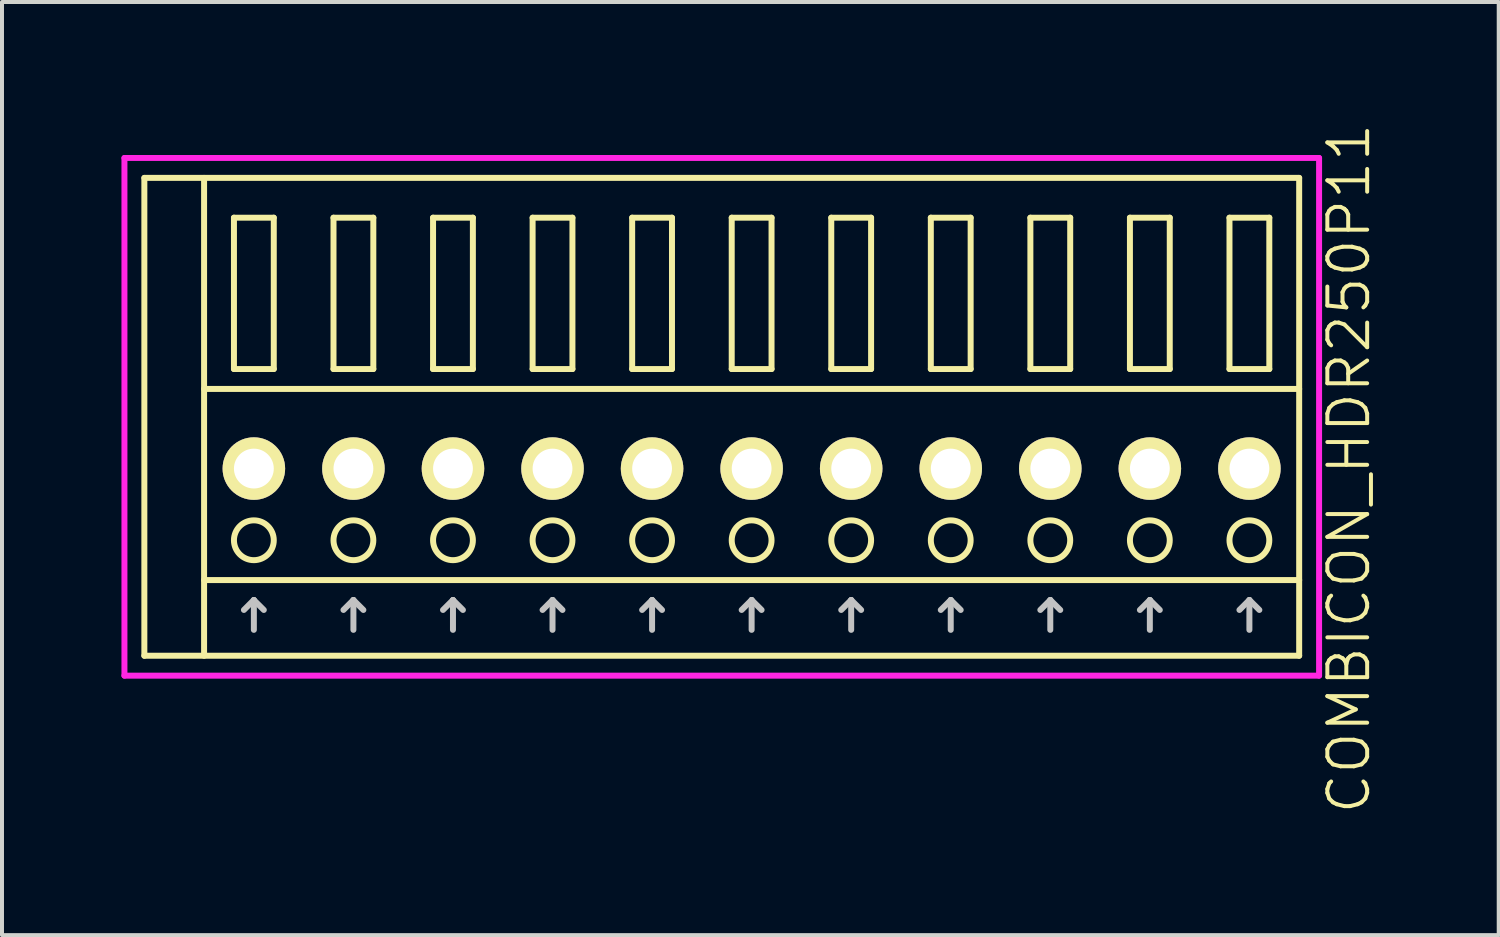
<source format=kicad_pcb>
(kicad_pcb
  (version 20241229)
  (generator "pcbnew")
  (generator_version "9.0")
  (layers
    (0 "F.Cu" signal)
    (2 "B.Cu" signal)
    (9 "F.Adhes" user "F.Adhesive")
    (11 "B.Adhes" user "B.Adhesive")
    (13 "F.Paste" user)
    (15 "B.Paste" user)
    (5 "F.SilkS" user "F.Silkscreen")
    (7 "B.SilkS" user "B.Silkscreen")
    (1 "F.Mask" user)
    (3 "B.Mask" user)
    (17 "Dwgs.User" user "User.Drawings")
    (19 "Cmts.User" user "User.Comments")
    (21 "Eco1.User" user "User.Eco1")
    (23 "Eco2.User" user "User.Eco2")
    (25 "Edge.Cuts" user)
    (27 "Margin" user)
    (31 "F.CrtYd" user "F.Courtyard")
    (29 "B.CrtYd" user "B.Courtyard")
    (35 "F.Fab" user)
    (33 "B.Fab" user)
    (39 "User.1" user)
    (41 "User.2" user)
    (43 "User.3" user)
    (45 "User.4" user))
  (footprint "COMBICON_HDR250P11"
    (layer "F.Cu")
    (at 15.825 8.717)
    (property "Reference" "COMBICON_HDR250P11" (at 15 0 90) (layer "F.SilkS") (effects (font (size 1 1) (thickness 0.1))))
    (attr through_hole)
    (fp_line (start -15.25 -7.3) (end -15.25 4.7) (stroke (width 0.15) (type solid)) (layer "F.SilkS"))
    (fp_line (start -15.25 4.7) (end 13.75 4.7) (stroke (width 0.15) (type solid)) (layer "F.SilkS"))
    (fp_line (start -13.75 -2) (end 13.75 -2) (stroke (width 0.15) (type solid)) (layer "F.SilkS"))
    (fp_line (start -13.75 2.8) (end 13.75 2.8) (stroke (width 0.15) (type solid)) (layer "F.SilkS"))
    (fp_line (start -13.75 4.7) (end -13.75 -7.3) (stroke (width 0.15) (type solid)) (layer "F.SilkS"))
    (fp_line (start -13 -6.3) (end -13 -2.5) (stroke (width 0.15) (type solid)) (layer "F.SilkS"))
    (fp_line (start -13 -2.5) (end -12 -2.5) (stroke (width 0.15) (type solid)) (layer "F.SilkS"))
    (fp_line (start -12 -6.3) (end -13 -6.3) (stroke (width 0.15) (type solid)) (layer "F.SilkS"))
    (fp_line (start -12 -2.5) (end -12 -6.3) (stroke (width 0.15) (type solid)) (layer "F.SilkS"))
    (fp_line (start -10.5 -6.3) (end -10.5 -2.5) (stroke (width 0.15) (type solid)) (layer "F.SilkS"))
    (fp_line (start -10.5 -2.5) (end -9.5 -2.5) (stroke (width 0.15) (type solid)) (layer "F.SilkS"))
    (fp_line (start -9.5 -6.3) (end -10.5 -6.3) (stroke (width 0.15) (type solid)) (layer "F.SilkS"))
    (fp_line (start -9.5 -2.5) (end -9.5 -6.3) (stroke (width 0.15) (type solid)) (layer "F.SilkS"))
    (fp_line (start -8 -6.3) (end -8 -2.5) (stroke (width 0.15) (type solid)) (layer "F.SilkS"))
    (fp_line (start -8 -2.5) (end -7 -2.5) (stroke (width 0.15) (type solid)) (layer "F.SilkS"))
    (fp_line (start -7 -6.3) (end -8 -6.3) (stroke (width 0.15) (type solid)) (layer "F.SilkS"))
    (fp_line (start -7 -2.5) (end -7 -6.3) (stroke (width 0.15) (type solid)) (layer "F.SilkS"))
    (fp_line (start -5.5 -6.3) (end -5.5 -2.5) (stroke (width 0.15) (type solid)) (layer "F.SilkS"))
    (fp_line (start -5.5 -2.5) (end -4.5 -2.5) (stroke (width 0.15) (type solid)) (layer "F.SilkS"))
    (fp_line (start -4.5 -6.3) (end -5.5 -6.3) (stroke (width 0.15) (type solid)) (layer "F.SilkS"))
    (fp_line (start -4.5 -2.5) (end -4.5 -6.3) (stroke (width 0.15) (type solid)) (layer "F.SilkS"))
    (fp_line (start -3 -6.3) (end -3 -2.5) (stroke (width 0.15) (type solid)) (layer "F.SilkS"))
    (fp_line (start -3 -2.5) (end -2 -2.5) (stroke (width 0.15) (type solid)) (layer "F.SilkS"))
    (fp_line (start -2 -6.3) (end -3 -6.3) (stroke (width 0.15) (type solid)) (layer "F.SilkS"))
    (fp_line (start -2 -2.5) (end -2 -6.3) (stroke (width 0.15) (type solid)) (layer "F.SilkS"))
    (fp_line (start -0.5 -6.3) (end -0.5 -2.5) (stroke (width 0.15) (type solid)) (layer "F.SilkS"))
    (fp_line (start -0.5 -2.5) (end 0.5 -2.5) (stroke (width 0.15) (type solid)) (layer "F.SilkS"))
    (fp_line (start 0.5 -6.3) (end -0.5 -6.3) (stroke (width 0.15) (type solid)) (layer "F.SilkS"))
    (fp_line (start 0.5 -2.5) (end 0.5 -6.3) (stroke (width 0.15) (type solid)) (layer "F.SilkS"))
    (fp_line (start 2 -6.3) (end 2 -2.5) (stroke (width 0.15) (type solid)) (layer "F.SilkS"))
    (fp_line (start 2 -2.5) (end 3 -2.5) (stroke (width 0.15) (type solid)) (layer "F.SilkS"))
    (fp_line (start 3 -6.3) (end 2 -6.3) (stroke (width 0.15) (type solid)) (layer "F.SilkS"))
    (fp_line (start 3 -2.5) (end 3 -6.3) (stroke (width 0.15) (type solid)) (layer "F.SilkS"))
    (fp_line (start 4.5 -6.3) (end 4.5 -2.5) (stroke (width 0.15) (type solid)) (layer "F.SilkS"))
    (fp_line (start 4.5 -2.5) (end 5.5 -2.5) (stroke (width 0.15) (type solid)) (layer "F.SilkS"))
    (fp_line (start 5.5 -6.3) (end 4.5 -6.3) (stroke (width 0.15) (type solid)) (layer "F.SilkS"))
    (fp_line (start 5.5 -2.5) (end 5.5 -6.3) (stroke (width 0.15) (type solid)) (layer "F.SilkS"))
    (fp_line (start 7 -6.3) (end 7 -2.5) (stroke (width 0.15) (type solid)) (layer "F.SilkS"))
    (fp_line (start 7 -2.5) (end 8 -2.5) (stroke (width 0.15) (type solid)) (layer "F.SilkS"))
    (fp_line (start 8 -6.3) (end 7 -6.3) (stroke (width 0.15) (type solid)) (layer "F.SilkS"))
    (fp_line (start 8 -2.5) (end 8 -6.3) (stroke (width 0.15) (type solid)) (layer "F.SilkS"))
    (fp_line (start 9.5 -6.3) (end 9.5 -2.5) (stroke (width 0.15) (type solid)) (layer "F.SilkS"))
    (fp_line (start 9.5 -2.5) (end 10.5 -2.5) (stroke (width 0.15) (type solid)) (layer "F.SilkS"))
    (fp_line (start 10.5 -6.3) (end 9.5 -6.3) (stroke (width 0.15) (type solid)) (layer "F.SilkS"))
    (fp_line (start 10.5 -2.5) (end 10.5 -6.3) (stroke (width 0.15) (type solid)) (layer "F.SilkS"))
    (fp_line (start 12 -6.3) (end 12 -2.5) (stroke (width 0.15) (type solid)) (layer "F.SilkS"))
    (fp_line (start 12 -2.5) (end 13 -2.5) (stroke (width 0.15) (type solid)) (layer "F.SilkS"))
    (fp_line (start 13 -6.3) (end 12 -6.3) (stroke (width 0.15) (type solid)) (layer "F.SilkS"))
    (fp_line (start 13 -2.5) (end 13 -6.3) (stroke (width 0.15) (type solid)) (layer "F.SilkS"))
    (fp_line (start 13.75 -7.3) (end -15.25 -7.3) (stroke (width 0.15) (type solid)) (layer "F.SilkS"))
    (fp_line (start 13.75 4.7) (end 13.75 -7.3) (stroke (width 0.15) (type solid)) (layer "F.SilkS"))
    (fp_circle (center -12.5 1.8) (end -12 1.8) (stroke (width 0.15) (type solid)) (fill no) (layer "F.SilkS"))
    (fp_circle (center -10 1.8) (end -9.5 1.8) (stroke (width 0.15) (type solid)) (fill no) (layer "F.SilkS"))
    (fp_circle (center -7.5 1.8) (end -7 1.8) (stroke (width 0.15) (type solid)) (fill no) (layer "F.SilkS"))
    (fp_circle (center -5 1.8) (end -4.5 1.8) (stroke (width 0.15) (type solid)) (fill no) (layer "F.SilkS"))
    (fp_circle (center -2.5 1.8) (end -2 1.8) (stroke (width 0.15) (type solid)) (fill no) (layer "F.SilkS"))
    (fp_circle (center 0 1.8) (end 0.5 1.8) (stroke (width 0.15) (type solid)) (fill no) (layer "F.SilkS"))
    (fp_circle (center 2.5 1.8) (end 3 1.8) (stroke (width 0.15) (type solid)) (fill no) (layer "F.SilkS"))
    (fp_circle (center 5 1.8) (end 5.5 1.8) (stroke (width 0.15) (type solid)) (fill no) (layer "F.SilkS"))
    (fp_circle (center 7.5 1.8) (end 8 1.8) (stroke (width 0.15) (type solid)) (fill no) (layer "F.SilkS"))
    (fp_circle (center 10 1.8) (end 10.5 1.8) (stroke (width 0.15) (type solid)) (fill no) (layer "F.SilkS"))
    (fp_circle (center 12.5 1.8) (end 13 1.8) (stroke (width 0.15) (type solid)) (fill no) (layer "F.SilkS"))
    (fp_line (start -12.75 3.55) (end -12.5 3.3) (stroke (width 0.15) (type solid)) (layer "Dwgs.User"))
    (fp_line (start -12.5 4.05) (end -12.5 3.3) (stroke (width 0.15) (type solid)) (layer "Dwgs.User"))
    (fp_line (start -12.25 3.55) (end -12.5 3.3) (stroke (width 0.15) (type solid)) (layer "Dwgs.User"))
    (fp_line (start -10.25 3.55) (end -10 3.3) (stroke (width 0.15) (type solid)) (layer "Dwgs.User"))
    (fp_line (start -10 4.05) (end -10 3.3) (stroke (width 0.15) (type solid)) (layer "Dwgs.User"))
    (fp_line (start -9.75 3.55) (end -10 3.3) (stroke (width 0.15) (type solid)) (layer "Dwgs.User"))
    (fp_line (start -7.75 3.55) (end -7.5 3.3) (stroke (width 0.15) (type solid)) (layer "Dwgs.User"))
    (fp_line (start -7.5 4.05) (end -7.5 3.3) (stroke (width 0.15) (type solid)) (layer "Dwgs.User"))
    (fp_line (start -7.25 3.55) (end -7.5 3.3) (stroke (width 0.15) (type solid)) (layer "Dwgs.User"))
    (fp_line (start -5.25 3.55) (end -5 3.3) (stroke (width 0.15) (type solid)) (layer "Dwgs.User"))
    (fp_line (start -5 4.05) (end -5 3.3) (stroke (width 0.15) (type solid)) (layer "Dwgs.User"))
    (fp_line (start -4.75 3.55) (end -5 3.3) (stroke (width 0.15) (type solid)) (layer "Dwgs.User"))
    (fp_line (start -2.75 3.55) (end -2.5 3.3) (stroke (width 0.15) (type solid)) (layer "Dwgs.User"))
    (fp_line (start -2.5 4.05) (end -2.5 3.3) (stroke (width 0.15) (type solid)) (layer "Dwgs.User"))
    (fp_line (start -2.25 3.55) (end -2.5 3.3) (stroke (width 0.15) (type solid)) (layer "Dwgs.User"))
    (fp_line (start -0.25 3.55) (end 0 3.3) (stroke (width 0.15) (type solid)) (layer "Dwgs.User"))
    (fp_line (start 0 4.05) (end 0 3.3) (stroke (width 0.15) (type solid)) (layer "Dwgs.User"))
    (fp_line (start 0.25 3.55) (end 0 3.3) (stroke (width 0.15) (type solid)) (layer "Dwgs.User"))
    (fp_line (start 2.25 3.55) (end 2.5 3.3) (stroke (width 0.15) (type solid)) (layer "Dwgs.User"))
    (fp_line (start 2.5 4.05) (end 2.5 3.3) (stroke (width 0.15) (type solid)) (layer "Dwgs.User"))
    (fp_line (start 2.75 3.55) (end 2.5 3.3) (stroke (width 0.15) (type solid)) (layer "Dwgs.User"))
    (fp_line (start 4.75 3.55) (end 5 3.3) (stroke (width 0.15) (type solid)) (layer "Dwgs.User"))
    (fp_line (start 5 4.05) (end 5 3.3) (stroke (width 0.15) (type solid)) (layer "Dwgs.User"))
    (fp_line (start 5.25 3.55) (end 5 3.3) (stroke (width 0.15) (type solid)) (layer "Dwgs.User"))
    (fp_line (start 7.25 3.55) (end 7.5 3.3) (stroke (width 0.15) (type solid)) (layer "Dwgs.User"))
    (fp_line (start 7.5 4.05) (end 7.5 3.3) (stroke (width 0.15) (type solid)) (layer "Dwgs.User"))
    (fp_line (start 7.75 3.55) (end 7.5 3.3) (stroke (width 0.15) (type solid)) (layer "Dwgs.User"))
    (fp_line (start 9.75 3.55) (end 10 3.3) (stroke (width 0.15) (type solid)) (layer "Dwgs.User"))
    (fp_line (start 10 4.05) (end 10 3.3) (stroke (width 0.15) (type solid)) (layer "Dwgs.User"))
    (fp_line (start 10.25 3.55) (end 10 3.3) (stroke (width 0.15) (type solid)) (layer "Dwgs.User"))
    (fp_line (start 12.25 3.55) (end 12.5 3.3) (stroke (width 0.15) (type solid)) (layer "Dwgs.User"))
    (fp_line (start 12.5 4.05) (end 12.5 3.3) (stroke (width 0.15) (type solid)) (layer "Dwgs.User"))
    (fp_line (start 12.75 3.55) (end 12.5 3.3) (stroke (width 0.15) (type solid)) (layer "Dwgs.User"))
    (fp_line (start -15.75 -7.8) (end -15.75 5.2) (stroke (width 0.15) (type solid)) (layer "F.CrtYd"))
    (fp_line (start -15.75 5.2) (end 14.25 5.2) (stroke (width 0.15) (type solid)) (layer "F.CrtYd"))
    (fp_line (start 14.25 -7.8) (end -15.75 -7.8) (stroke (width 0.15) (type solid)) (layer "F.CrtYd"))
    (fp_line (start 14.25 5.2) (end 14.25 -7.8) (stroke (width 0.15) (type solid)) (layer "F.CrtYd"))
    (pad "1" thru_hole oval (at -12.5 0) (size 1.57 1.57) (drill 1) (layers "*.Cu" "*.Mask" "F.SilkS"))
    (pad "2" thru_hole oval (at -10 0) (size 1.57 1.57) (drill 1) (layers "*.Cu" "*.Mask" "F.SilkS"))
    (pad "3" thru_hole oval (at -7.5 0) (size 1.57 1.57) (drill 1) (layers "*.Cu" "*.Mask" "F.SilkS"))
    (pad "4" thru_hole oval (at -5 0) (size 1.57 1.57) (drill 1) (layers "*.Cu" "*.Mask" "F.SilkS"))
    (pad "5" thru_hole oval (at -2.5 0) (size 1.57 1.57) (drill 1) (layers "*.Cu" "*.Mask" "F.SilkS"))
    (pad "6" thru_hole oval (at 0 0) (size 1.57 1.57) (drill 1) (layers "*.Cu" "*.Mask" "F.SilkS"))
    (pad "7" thru_hole oval (at 2.5 0) (size 1.57 1.57) (drill 1) (layers "*.Cu" "*.Mask" "F.SilkS"))
    (pad "8" thru_hole oval (at 5 0) (size 1.57 1.57) (drill 1) (layers "*.Cu" "*.Mask" "F.SilkS"))
    (pad "9" thru_hole oval (at 7.5 0) (size 1.57 1.57) (drill 1) (layers "*.Cu" "*.Mask" "F.SilkS"))
    (pad "10" thru_hole oval (at 10 0) (size 1.57 1.57) (drill 1) (layers "*.Cu" "*.Mask" "F.SilkS"))
    (pad "11" thru_hole oval (at 12.5 0) (size 1.57 1.57) (drill 1) (layers "*.Cu" "*.Mask" "F.SilkS")))
  (gr_rect
    (start -3 -3)
    (end 34.586 20.433)
    (stroke (width 0.1) (type default))
    (fill no)
    (layer "Edge.Cuts")))
</source>
